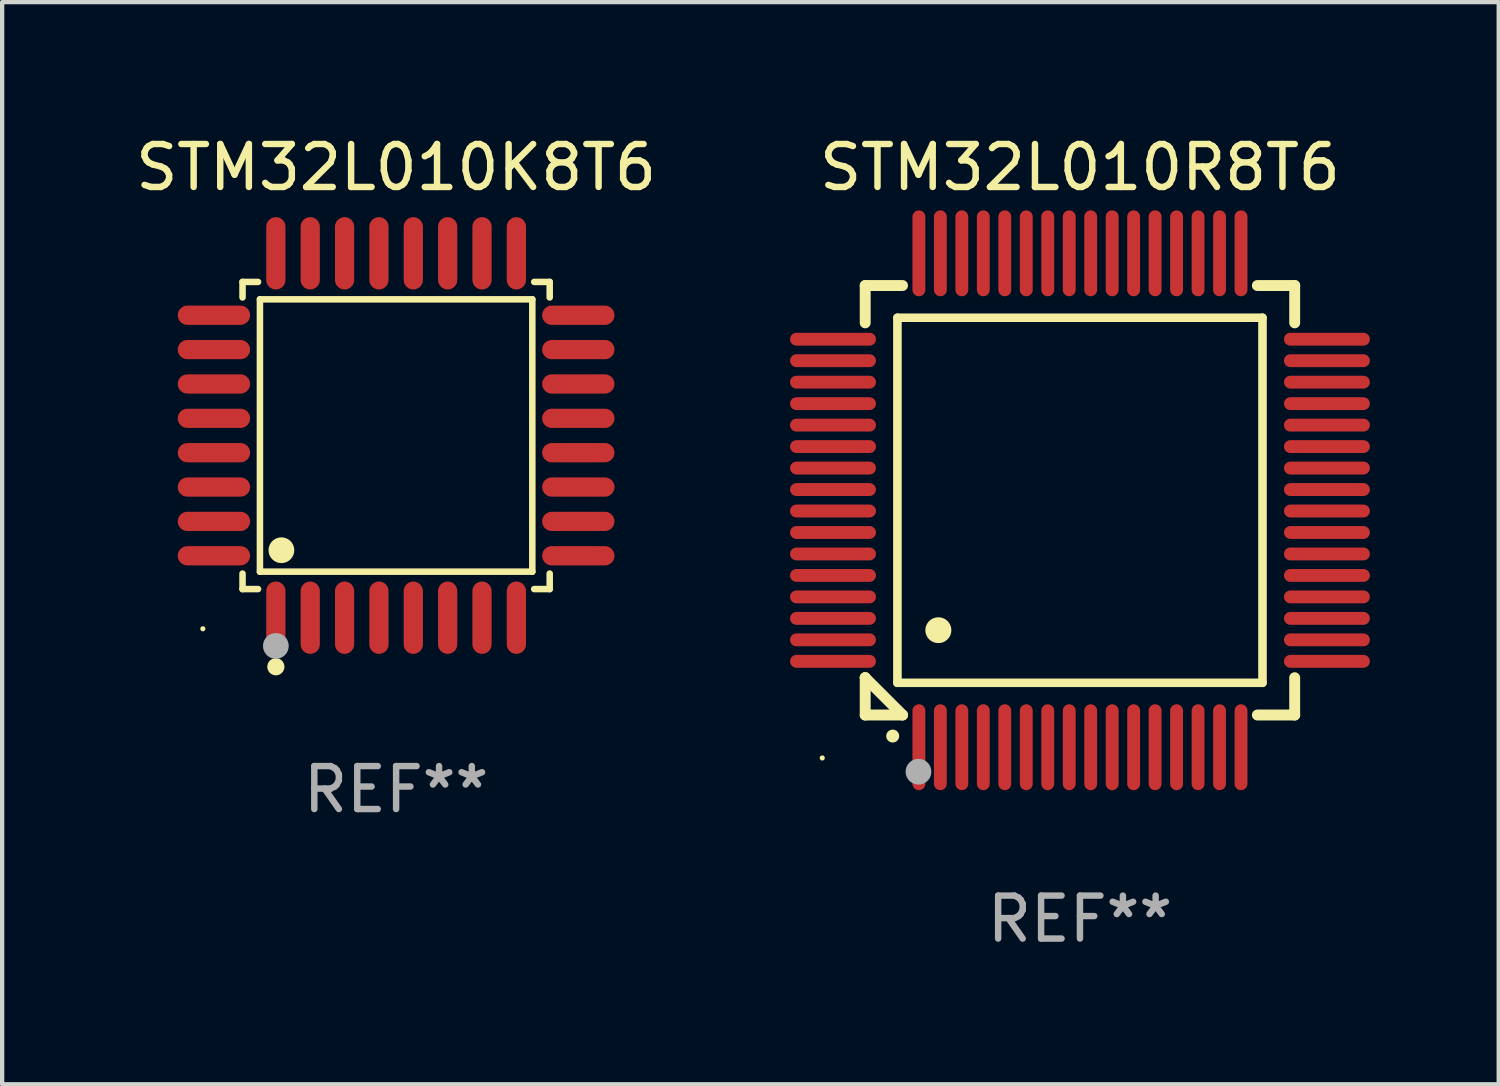
<source format=kicad_pcb>
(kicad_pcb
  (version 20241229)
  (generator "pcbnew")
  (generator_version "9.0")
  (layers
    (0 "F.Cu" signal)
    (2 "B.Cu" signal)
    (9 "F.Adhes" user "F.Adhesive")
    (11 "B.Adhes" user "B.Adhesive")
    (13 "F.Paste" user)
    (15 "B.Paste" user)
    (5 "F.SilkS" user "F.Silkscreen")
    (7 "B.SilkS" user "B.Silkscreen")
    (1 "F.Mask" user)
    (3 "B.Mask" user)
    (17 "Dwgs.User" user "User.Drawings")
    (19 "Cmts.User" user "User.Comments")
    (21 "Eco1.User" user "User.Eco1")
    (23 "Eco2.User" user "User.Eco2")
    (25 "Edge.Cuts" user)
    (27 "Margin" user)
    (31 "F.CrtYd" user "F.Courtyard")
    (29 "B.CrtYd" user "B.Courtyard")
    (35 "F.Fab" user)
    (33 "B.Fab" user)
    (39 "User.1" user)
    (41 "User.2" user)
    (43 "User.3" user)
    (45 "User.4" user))
  (footprint "STM32L010K8T6"
    (layer "F.Cu")
    (at 6.173 7.09)
    (property "Reference" "STM32L010K8T6" (at 0 -6.242 0) (layer "F.SilkS") (effects (font (size 1 1) (thickness 0.15))))
    (attr through_hole)
    (fp_line (start -3.576 -3.576) (end -3.215 -3.576) (stroke (width 0.152) (type solid)) (layer "F.SilkS"))
    (fp_line (start -3.576 -3.215) (end -3.576 -3.576) (stroke (width 0.152) (type solid)) (layer "F.SilkS"))
    (fp_line (start -3.576 3.215) (end -3.576 3.576) (stroke (width 0.152) (type solid)) (layer "F.SilkS"))
    (fp_line (start -3.576 3.576) (end -3.215 3.576) (stroke (width 0.152) (type solid)) (layer "F.SilkS"))
    (fp_line (start -3.171 -3.171) (end 3.171 -3.171) (stroke (width 0.152) (type solid)) (layer "F.SilkS"))
    (fp_line (start -3.171 3.171) (end -3.171 -3.171) (stroke (width 0.152) (type solid)) (layer "F.SilkS"))
    (fp_line (start 3.171 -3.171) (end 3.171 3.171) (stroke (width 0.152) (type solid)) (layer "F.SilkS"))
    (fp_line (start 3.171 3.171) (end -3.171 3.171) (stroke (width 0.152) (type solid)) (layer "F.SilkS"))
    (fp_line (start 3.576 -3.576) (end 3.215 -3.576) (stroke (width 0.152) (type solid)) (layer "F.SilkS"))
    (fp_line (start 3.576 -3.215) (end 3.576 -3.576) (stroke (width 0.152) (type solid)) (layer "F.SilkS"))
    (fp_line (start 3.576 3.215) (end 3.576 3.576) (stroke (width 0.152) (type solid)) (layer "F.SilkS"))
    (fp_line (start 3.576 3.576) (end 3.215 3.576) (stroke (width 0.152) (type solid)) (layer "F.SilkS"))
    (fp_circle (center -4.5 4.5) (end -4.47 4.5) (stroke (width 0.06) (type solid)) (fill no) (layer "F.SilkS"))
    (fp_circle (center -2.8 5.384) (end -2.7 5.384) (stroke (width 0.2) (type solid)) (fill no) (layer "F.SilkS"))
    (fp_circle (center -2.671 2.671) (end -2.521 2.671) (stroke (width 0.3) (type solid)) (fill no) (layer "F.SilkS"))
    (fp_circle (center -2.8 4.9) (end -2.65 4.9) (stroke (width 0.3) (type solid)) (fill no) (layer "F.Fab"))
    (fp_text user "REF**" (at 0 8.242 0) (layer "F.Fab") (effects (font (size 1 1) (thickness 0.15))))
    (pad "1" smd oval (at -2.8 4.242) (size 0.448 1.684) (layers "F.Cu" "F.Mask" "F.Paste"))
    (pad "2" smd oval (at -2 4.242) (size 0.448 1.684) (layers "F.Cu" "F.Mask" "F.Paste"))
    (pad "3" smd oval (at -1.2 4.242) (size 0.448 1.684) (layers "F.Cu" "F.Mask" "F.Paste"))
    (pad "4" smd oval (at -0.4 4.242) (size 0.448 1.684) (layers "F.Cu" "F.Mask" "F.Paste"))
    (pad "5" smd oval (at 0.4 4.242) (size 0.448 1.684) (layers "F.Cu" "F.Mask" "F.Paste"))
    (pad "6" smd oval (at 1.2 4.242) (size 0.448 1.684) (layers "F.Cu" "F.Mask" "F.Paste"))
    (pad "7" smd oval (at 2 4.242) (size 0.448 1.684) (layers "F.Cu" "F.Mask" "F.Paste"))
    (pad "8" smd oval (at 2.8 4.242) (size 0.448 1.684) (layers "F.Cu" "F.Mask" "F.Paste"))
    (pad "9" smd oval (at 4.242 2.8) (size 1.684 0.448) (layers "F.Cu" "F.Mask" "F.Paste"))
    (pad "10" smd oval (at 4.242 2) (size 1.684 0.448) (layers "F.Cu" "F.Mask" "F.Paste"))
    (pad "11" smd oval (at 4.242 1.2) (size 1.684 0.448) (layers "F.Cu" "F.Mask" "F.Paste"))
    (pad "12" smd oval (at 4.242 0.4) (size 1.684 0.448) (layers "F.Cu" "F.Mask" "F.Paste"))
    (pad "13" smd oval (at 4.242 -0.4) (size 1.684 0.448) (layers "F.Cu" "F.Mask" "F.Paste"))
    (pad "14" smd oval (at 4.242 -1.2) (size 1.684 0.448) (layers "F.Cu" "F.Mask" "F.Paste"))
    (pad "15" smd oval (at 4.242 -2) (size 1.684 0.448) (layers "F.Cu" "F.Mask" "F.Paste"))
    (pad "16" smd oval (at 4.242 -2.8) (size 1.684 0.448) (layers "F.Cu" "F.Mask" "F.Paste"))
    (pad "17" smd oval (at 2.8 -4.242) (size 0.448 1.684) (layers "F.Cu" "F.Mask" "F.Paste"))
    (pad "18" smd oval (at 2 -4.242) (size 0.448 1.684) (layers "F.Cu" "F.Mask" "F.Paste"))
    (pad "19" smd oval (at 1.2 -4.242) (size 0.448 1.684) (layers "F.Cu" "F.Mask" "F.Paste"))
    (pad "20" smd oval (at 0.4 -4.242) (size 0.448 1.684) (layers "F.Cu" "F.Mask" "F.Paste"))
    (pad "21" smd oval (at -0.4 -4.242) (size 0.448 1.684) (layers "F.Cu" "F.Mask" "F.Paste"))
    (pad "22" smd oval (at -1.2 -4.242) (size 0.448 1.684) (layers "F.Cu" "F.Mask" "F.Paste"))
    (pad "23" smd oval (at -2 -4.242) (size 0.448 1.684) (layers "F.Cu" "F.Mask" "F.Paste"))
    (pad "24" smd oval (at -2.8 -4.242) (size 0.448 1.684) (layers "F.Cu" "F.Mask" "F.Paste"))
    (pad "25" smd oval (at -4.242 -2.8) (size 1.684 0.448) (layers "F.Cu" "F.Mask" "F.Paste"))
    (pad "26" smd oval (at -4.242 -2) (size 1.684 0.448) (layers "F.Cu" "F.Mask" "F.Paste"))
    (pad "27" smd oval (at -4.242 -1.2) (size 1.684 0.448) (layers "F.Cu" "F.Mask" "F.Paste"))
    (pad "28" smd oval (at -4.242 -0.4) (size 1.684 0.448) (layers "F.Cu" "F.Mask" "F.Paste"))
    (pad "29" smd oval (at -4.242 0.4) (size 1.684 0.448) (layers "F.Cu" "F.Mask" "F.Paste"))
    (pad "30" smd oval (at -4.242 1.2) (size 1.684 0.448) (layers "F.Cu" "F.Mask" "F.Paste"))
    (pad "31" smd oval (at -4.242 2) (size 1.684 0.448) (layers "F.Cu" "F.Mask" "F.Paste"))
    (pad "32" smd oval (at -4.242 2.8) (size 1.684 0.448) (layers "F.Cu" "F.Mask" "F.Paste")))
  (footprint "STM32L010R8T6"
    (layer "F.Cu")
    (at 22.095 8.598)
    (property "Reference" "STM32L010R8T6" (at 0 -7.75 0) (layer "F.SilkS") (effects (font (size 1 1) (thickness 0.15))))
    (attr through_hole)
    (fp_line (start -5 -5) (end -4.131 -5) (stroke (width 0.254) (type solid)) (layer "F.SilkS"))
    (fp_line (start -5 -4.131) (end -5 -5) (stroke (width 0.254) (type solid)) (layer "F.SilkS"))
    (fp_line (start -5 4.131) (end -5 4.131) (stroke (width 0.254) (type solid)) (layer "F.SilkS"))
    (fp_line (start -5 5) (end -5 4.131) (stroke (width 0.254) (type solid)) (layer "F.SilkS"))
    (fp_line (start -5 4.131) (end -4.131 5) (stroke (width 0.254) (type solid)) (layer "F.SilkS"))
    (fp_line (start -4.25 -4.25) (end -4.25 4.25) (stroke (width 0.2) (type solid)) (layer "F.SilkS"))
    (fp_line (start -4.25 4.25) (end 4.25 4.25) (stroke (width 0.2) (type solid)) (layer "F.SilkS"))
    (fp_line (start -4.131 5) (end -5 5) (stroke (width 0.254) (type solid)) (layer "F.SilkS"))
    (fp_line (start 4.25 -4.25) (end -4.25 -4.25) (stroke (width 0.2) (type solid)) (layer "F.SilkS"))
    (fp_line (start 4.25 4.25) (end 4.25 -4.25) (stroke (width 0.2) (type solid)) (layer "F.SilkS"))
    (fp_line (start 5 -5) (end 4.131 -5) (stroke (width 0.254) (type solid)) (layer "F.SilkS"))
    (fp_line (start 5 -5) (end 5 -4.131) (stroke (width 0.254) (type solid)) (layer "F.SilkS"))
    (fp_line (start 5 4.131) (end 5 5) (stroke (width 0.254) (type solid)) (layer "F.SilkS"))
    (fp_line (start 5 5) (end 4.131 5) (stroke (width 0.254) (type solid)) (layer "F.SilkS"))
    (fp_arc (start -4.361265 5.489992) (mid -4.359995 5.489987) (end -4.358725 5.489992) (stroke (width 0.3) (type solid)) (layer "F.SilkS"))
    (fp_arc (start -3.299467 3.025146) (mid -3.296927 3.025135) (end -3.294387 3.025146) (stroke (width 0.6) (type solid)) (layer "F.SilkS"))
    (fp_circle (center -6 6) (end -5.97 6) (stroke (width 0.06) (type solid)) (fill no) (layer "F.SilkS"))
    (fp_circle (center -3.76 6.32) (end -3.61 6.32) (stroke (width 0.3) (type solid)) (fill no) (layer "F.Fab"))
    (fp_text user "REF**" (at 0 9.75 0) (layer "F.Fab") (effects (font (size 1 1) (thickness 0.15))))
    (pad "1" smd oval (at -3.75 5.75) (size 0.3 2) (layers "F.Cu" "F.Mask" "F.Paste"))
    (pad "2" smd oval (at -3.25 5.75) (size 0.3 2) (layers "F.Cu" "F.Mask" "F.Paste"))
    (pad "3" smd oval (at -2.75 5.75) (size 0.3 2) (layers "F.Cu" "F.Mask" "F.Paste"))
    (pad "4" smd oval (at -2.25 5.75) (size 0.3 2) (layers "F.Cu" "F.Mask" "F.Paste"))
    (pad "5" smd oval (at -1.75 5.75) (size 0.3 2) (layers "F.Cu" "F.Mask" "F.Paste"))
    (pad "6" smd oval (at -1.25 5.75) (size 0.3 2) (layers "F.Cu" "F.Mask" "F.Paste"))
    (pad "7" smd oval (at -0.75 5.75) (size 0.3 2) (layers "F.Cu" "F.Mask" "F.Paste"))
    (pad "8" smd oval (at -0.25 5.75) (size 0.3 2) (layers "F.Cu" "F.Mask" "F.Paste"))
    (pad "9" smd oval (at 0.25 5.75) (size 0.3 2) (layers "F.Cu" "F.Mask" "F.Paste"))
    (pad "10" smd oval (at 0.75 5.75) (size 0.3 2) (layers "F.Cu" "F.Mask" "F.Paste"))
    (pad "11" smd oval (at 1.25 5.75) (size 0.3 2) (layers "F.Cu" "F.Mask" "F.Paste"))
    (pad "12" smd oval (at 1.75 5.75) (size 0.3 2) (layers "F.Cu" "F.Mask" "F.Paste"))
    (pad "13" smd oval (at 2.25 5.75) (size 0.3 2) (layers "F.Cu" "F.Mask" "F.Paste"))
    (pad "14" smd oval (at 2.75 5.75) (size 0.3 2) (layers "F.Cu" "F.Mask" "F.Paste"))
    (pad "15" smd oval (at 3.25 5.75) (size 0.3 2) (layers "F.Cu" "F.Mask" "F.Paste"))
    (pad "16" smd oval (at 3.75 5.75) (size 0.3 2) (layers "F.Cu" "F.Mask" "F.Paste"))
    (pad "17" smd oval (at 5.75 3.75) (size 2 0.3) (layers "F.Cu" "F.Mask" "F.Paste"))
    (pad "18" smd oval (at 5.75 3.25) (size 2 0.3) (layers "F.Cu" "F.Mask" "F.Paste"))
    (pad "19" smd oval (at 5.75 2.75) (size 2 0.3) (layers "F.Cu" "F.Mask" "F.Paste"))
    (pad "20" smd oval (at 5.75 2.25) (size 2 0.3) (layers "F.Cu" "F.Mask" "F.Paste"))
    (pad "21" smd oval (at 5.75 1.75) (size 2 0.3) (layers "F.Cu" "F.Mask" "F.Paste"))
    (pad "22" smd oval (at 5.75 1.25) (size 2 0.3) (layers "F.Cu" "F.Mask" "F.Paste"))
    (pad "23" smd oval (at 5.75 0.75) (size 2 0.3) (layers "F.Cu" "F.Mask" "F.Paste"))
    (pad "24" smd oval (at 5.75 0.25) (size 2 0.3) (layers "F.Cu" "F.Mask" "F.Paste"))
    (pad "25" smd oval (at 5.75 -0.25) (size 2 0.3) (layers "F.Cu" "F.Mask" "F.Paste"))
    (pad "26" smd oval (at 5.75 -0.75) (size 2 0.3) (layers "F.Cu" "F.Mask" "F.Paste"))
    (pad "27" smd oval (at 5.75 -1.25) (size 2 0.3) (layers "F.Cu" "F.Mask" "F.Paste"))
    (pad "28" smd oval (at 5.75 -1.75) (size 2 0.3) (layers "F.Cu" "F.Mask" "F.Paste"))
    (pad "29" smd oval (at 5.75 -2.25) (size 2 0.3) (layers "F.Cu" "F.Mask" "F.Paste"))
    (pad "30" smd oval (at 5.75 -2.75) (size 2 0.3) (layers "F.Cu" "F.Mask" "F.Paste"))
    (pad "31" smd oval (at 5.75 -3.25) (size 2 0.3) (layers "F.Cu" "F.Mask" "F.Paste"))
    (pad "32" smd oval (at 5.75 -3.75) (size 2 0.3) (layers "F.Cu" "F.Mask" "F.Paste"))
    (pad "33" smd oval (at 3.75 -5.75) (size 0.3 2) (layers "F.Cu" "F.Mask" "F.Paste"))
    (pad "34" smd oval (at 3.25 -5.75) (size 0.3 2) (layers "F.Cu" "F.Mask" "F.Paste"))
    (pad "35" smd oval (at 2.75 -5.75) (size 0.3 2) (layers "F.Cu" "F.Mask" "F.Paste"))
    (pad "36" smd oval (at 2.25 -5.75) (size 0.3 2) (layers "F.Cu" "F.Mask" "F.Paste"))
    (pad "37" smd oval (at 1.75 -5.75) (size 0.3 2) (layers "F.Cu" "F.Mask" "F.Paste"))
    (pad "38" smd oval (at 1.25 -5.75) (size 0.3 2) (layers "F.Cu" "F.Mask" "F.Paste"))
    (pad "39" smd oval (at 0.75 -5.75) (size 0.3 2) (layers "F.Cu" "F.Mask" "F.Paste"))
    (pad "40" smd oval (at 0.25 -5.75) (size 0.3 2) (layers "F.Cu" "F.Mask" "F.Paste"))
    (pad "41" smd oval (at -0.25 -5.75) (size 0.3 2) (layers "F.Cu" "F.Mask" "F.Paste"))
    (pad "42" smd oval (at -0.75 -5.75) (size 0.3 2) (layers "F.Cu" "F.Mask" "F.Paste"))
    (pad "43" smd oval (at -1.25 -5.75) (size 0.3 2) (layers "F.Cu" "F.Mask" "F.Paste"))
    (pad "44" smd oval (at -1.75 -5.75) (size 0.3 2) (layers "F.Cu" "F.Mask" "F.Paste"))
    (pad "45" smd oval (at -2.25 -5.75) (size 0.3 2) (layers "F.Cu" "F.Mask" "F.Paste"))
    (pad "46" smd oval (at -2.75 -5.75) (size 0.3 2) (layers "F.Cu" "F.Mask" "F.Paste"))
    (pad "47" smd oval (at -3.25 -5.75) (size 0.3 2) (layers "F.Cu" "F.Mask" "F.Paste"))
    (pad "48" smd oval (at -3.75 -5.75) (size 0.3 2) (layers "F.Cu" "F.Mask" "F.Paste"))
    (pad "49" smd oval (at -5.75 -3.75) (size 2 0.3) (layers "F.Cu" "F.Mask" "F.Paste"))
    (pad "50" smd oval (at -5.75 -3.25) (size 2 0.3) (layers "F.Cu" "F.Mask" "F.Paste"))
    (pad "51" smd oval (at -5.75 -2.75) (size 2 0.3) (layers "F.Cu" "F.Mask" "F.Paste"))
    (pad "52" smd oval (at -5.75 -2.25) (size 2 0.3) (layers "F.Cu" "F.Mask" "F.Paste"))
    (pad "53" smd oval (at -5.75 -1.75) (size 2 0.3) (layers "F.Cu" "F.Mask" "F.Paste"))
    (pad "54" smd oval (at -5.75 -1.25) (size 2 0.3) (layers "F.Cu" "F.Mask" "F.Paste"))
    (pad "55" smd oval (at -5.75 -0.75) (size 2 0.3) (layers "F.Cu" "F.Mask" "F.Paste"))
    (pad "56" smd oval (at -5.75 -0.25) (size 2 0.3) (layers "F.Cu" "F.Mask" "F.Paste"))
    (pad "57" smd oval (at -5.75 0.25) (size 2 0.3) (layers "F.Cu" "F.Mask" "F.Paste"))
    (pad "58" smd oval (at -5.75 0.75) (size 2 0.3) (layers "F.Cu" "F.Mask" "F.Paste"))
    (pad "59" smd oval (at -5.75 1.25) (size 2 0.3) (layers "F.Cu" "F.Mask" "F.Paste"))
    (pad "60" smd oval (at -5.75 1.75) (size 2 0.3) (layers "F.Cu" "F.Mask" "F.Paste"))
    (pad "61" smd oval (at -5.75 2.25) (size 2 0.3) (layers "F.Cu" "F.Mask" "F.Paste"))
    (pad "62" smd oval (at -5.75 2.75) (size 2 0.3) (layers "F.Cu" "F.Mask" "F.Paste"))
    (pad "63" smd oval (at -5.75 3.25) (size 2 0.3) (layers "F.Cu" "F.Mask" "F.Paste"))
    (pad "64" smd oval (at -5.75 3.75) (size 2 0.3) (layers "F.Cu" "F.Mask" "F.Paste")))
  (gr_rect
    (start -3 -3)
    (end 31.845 22.196)
    (stroke (width 0.1) (type default))
    (fill no)
    (layer "Edge.Cuts")))
</source>
